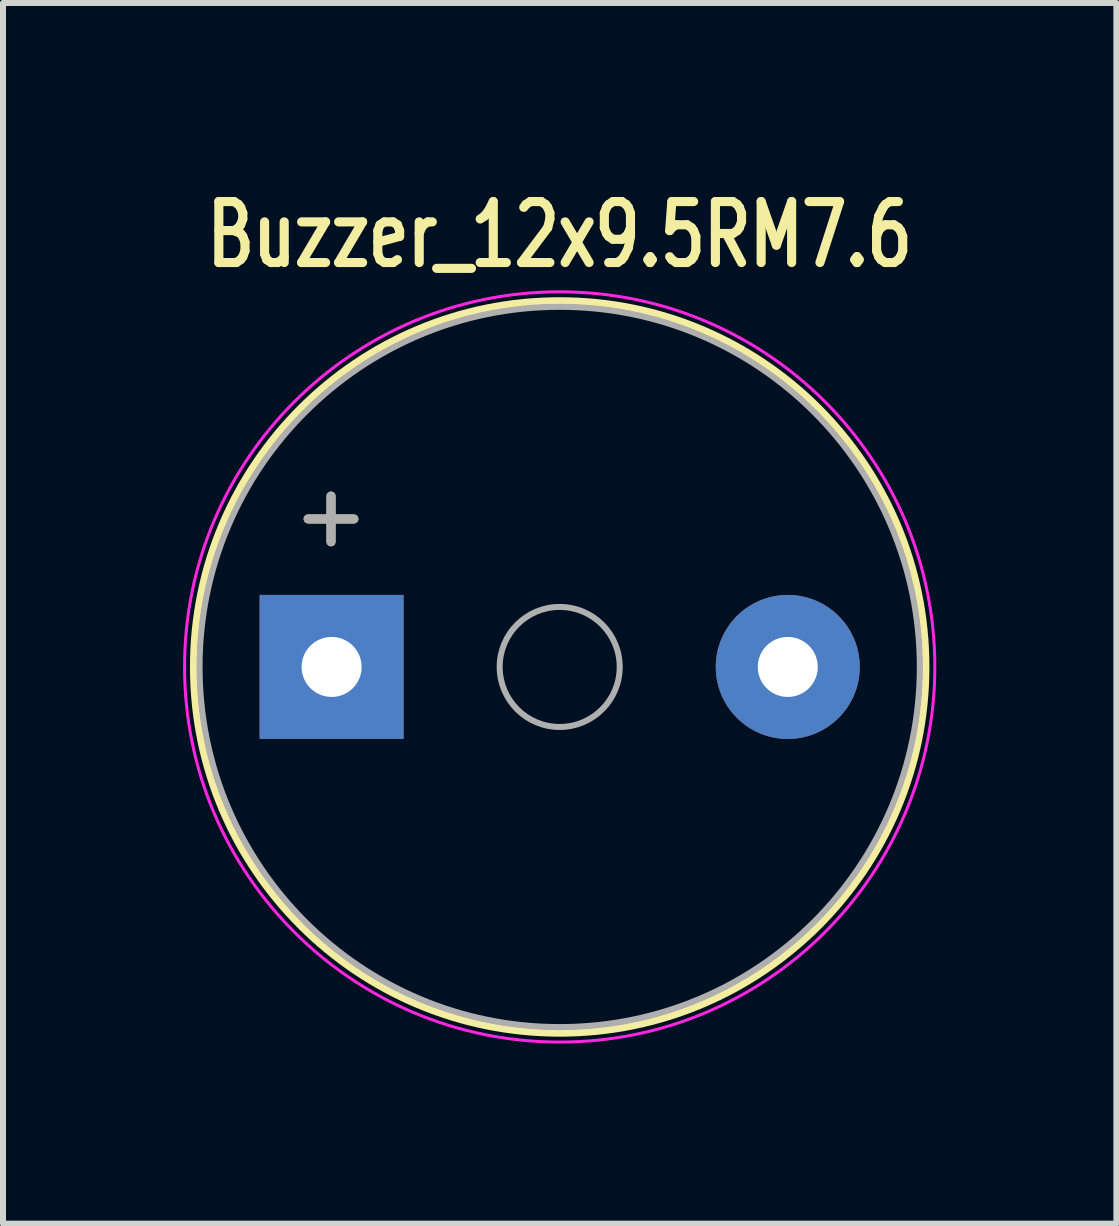
<source format=kicad_pcb>
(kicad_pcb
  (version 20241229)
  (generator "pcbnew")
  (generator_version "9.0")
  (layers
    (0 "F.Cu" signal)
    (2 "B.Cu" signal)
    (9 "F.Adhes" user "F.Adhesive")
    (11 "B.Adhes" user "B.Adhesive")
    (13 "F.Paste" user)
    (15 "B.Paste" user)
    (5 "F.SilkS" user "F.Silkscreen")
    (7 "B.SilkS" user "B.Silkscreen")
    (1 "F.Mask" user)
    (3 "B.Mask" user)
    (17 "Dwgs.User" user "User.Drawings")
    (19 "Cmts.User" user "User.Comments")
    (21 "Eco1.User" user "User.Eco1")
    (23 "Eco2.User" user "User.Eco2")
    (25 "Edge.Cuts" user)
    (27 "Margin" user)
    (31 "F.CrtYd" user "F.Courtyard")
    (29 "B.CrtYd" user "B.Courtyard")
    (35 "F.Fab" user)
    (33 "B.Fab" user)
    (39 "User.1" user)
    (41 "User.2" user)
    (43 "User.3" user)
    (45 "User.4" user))
  (footprint "Buzzer_12x9.5RM7.6"
    (layer "F.Cu")
    (at 2.475 8.062)
    (property "Reference" "Buzzer_12x9.5RM7.6" (at 3.8 -7.2 0) (layer "F.SilkS") (effects (font (size 1.016 0.762) (thickness 0.152))))
    (attr through_hole)
    (fp_circle (center 3.8 0) (end 9.9 0) (stroke (width 0.12) (type solid)) (fill no) (layer "F.SilkS"))
    (fp_circle (center 3.8 0) (end 10.05 0) (stroke (width 0.05) (type solid)) (fill no) (layer "F.CrtYd"))
    (fp_circle (center 3.8 0) (end 4.8 0) (stroke (width 0.1) (type solid)) (fill no) (layer "F.Fab"))
    (fp_circle (center 3.8 0) (end 9.8 0) (stroke (width 0.1) (type solid)) (fill no) (layer "F.Fab"))
    (fp_text user "+" (at -0.01 -2.54 0) (layer "F.SilkS") (effects (font (size 1 1) (thickness 0.15))))
    (fp_text user "+" (at -0.01 -2.54 0) (layer "F.Fab") (effects (font (size 1 1) (thickness 0.15))))
    (pad "1" thru_hole rect (at 0 0) (size 2.4 2.4) (drill 1) (layers "*.Cu" "*.Mask"))
    (pad "2" thru_hole circle (at 7.6 0) (size 2.4 2.4) (drill 1) (layers "*.Cu" "*.Mask")))
  (gr_rect
    (start -3 -3)
    (end 15.55 17.337)
    (stroke (width 0.1) (type default))
    (fill no)
    (layer "Edge.Cuts")))
</source>
